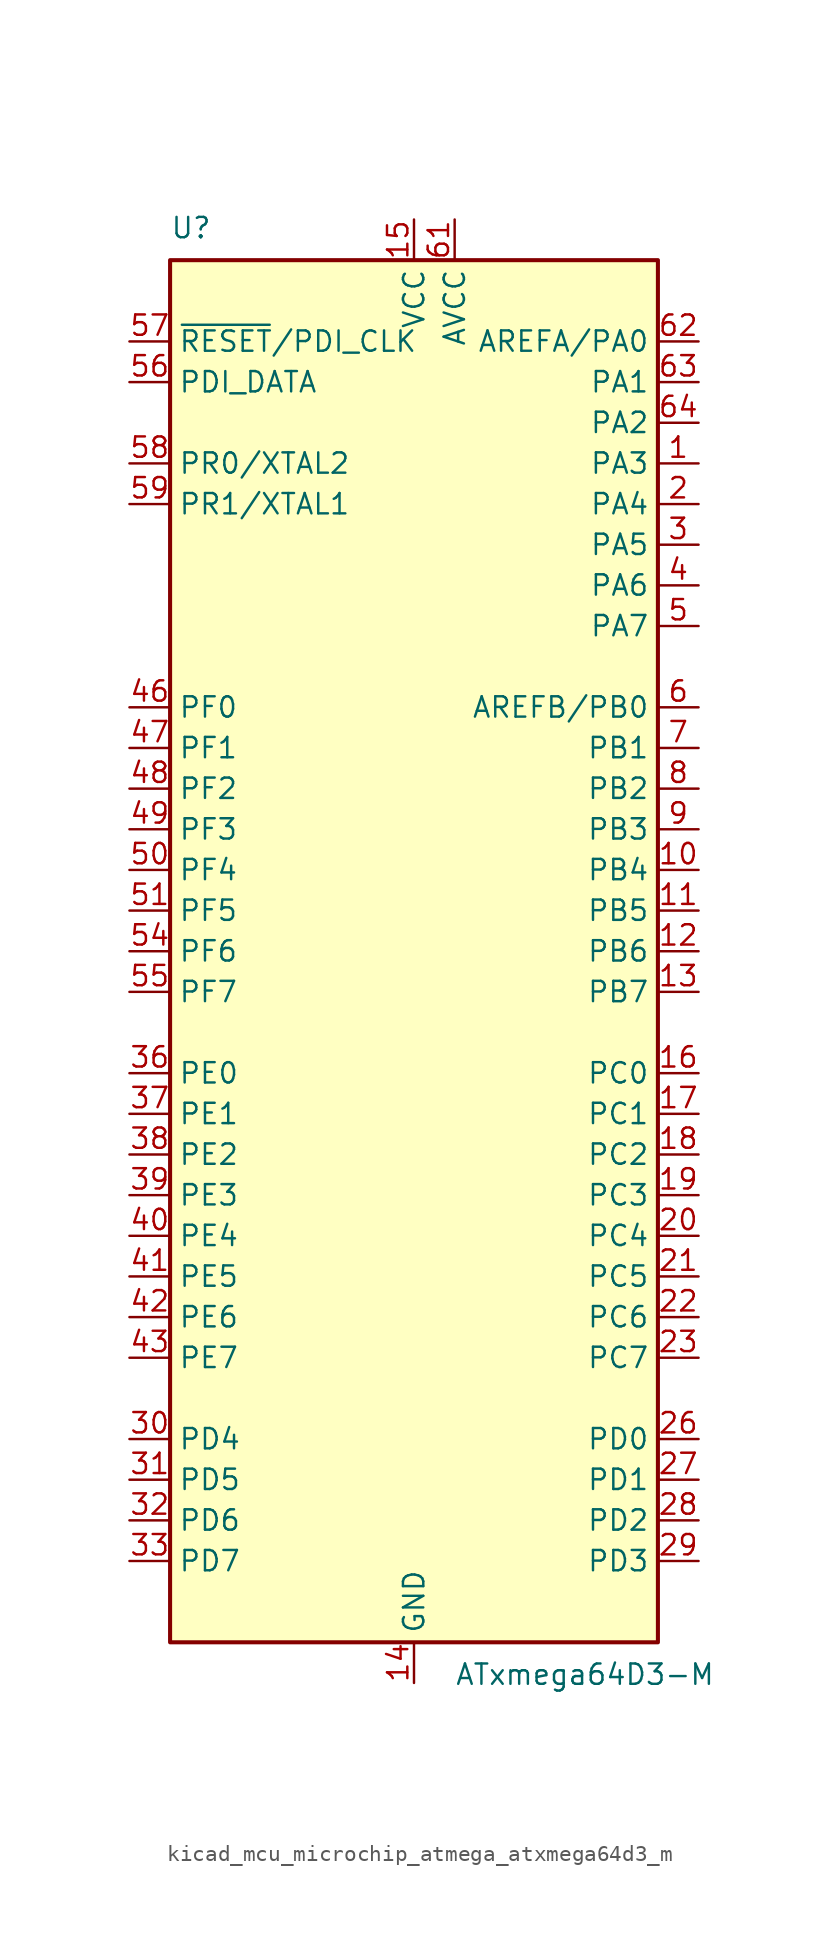
<source format=kicad_sym>
(kicad_symbol_lib
  (version 20220914)
  (generator kicad_symbol_editor)
  (symbol "kicad_mcu_microchip_atmega_atxmega64d3_m"
    (property "Reference" "U"
      (at -15.24 44.45 0)
      (effects (font (size 1.27 1.27)) (justify left bottom)))
    (property "Value" "ATxmega64D3-M"
      (at 2.54 -44.45 0)
      (effects (font (size 1.27 1.27)) (justify left top)))
    (symbol "kicad_mcu_microchip_atmega_atxmega64d3_m_0_1"
      (rectangle (start -15.24 -43.18) (end 15.24 43.18) (stroke (width 0.254) (type default)) (fill (type background))))
    (symbol "kicad_mcu_microchip_atmega_atxmega64d3_m_1_1"
      (pin bidirectional line (at 17.78 30.48 180) (length 2.54) (name "PA3" (effects (font (size 1.27 1.27)))) (number "1" (effects (font (size 1.27 1.27)))))
      (pin bidirectional line (at 17.78 5.08 180) (length 2.54) (name "PB4" (effects (font (size 1.27 1.27)))) (number "10" (effects (font (size 1.27 1.27)))))
      (pin bidirectional line (at 17.78 2.54 180) (length 2.54) (name "PB5" (effects (font (size 1.27 1.27)))) (number "11" (effects (font (size 1.27 1.27)))))
      (pin bidirectional line (at 17.78 0 180) (length 2.54) (name "PB6" (effects (font (size 1.27 1.27)))) (number "12" (effects (font (size 1.27 1.27)))))
      (pin bidirectional line (at 17.78 -2.54 180) (length 2.54) (name "PB7" (effects (font (size 1.27 1.27)))) (number "13" (effects (font (size 1.27 1.27)))))
      (pin power_in line (at 0 -45.72 90) (length 2.54) (name "GND" (effects (font (size 1.27 1.27)))) (number "14" (effects (font (size 1.27 1.27)))))
      (pin power_in line (at 0 45.72 270) (length 2.54) (name "VCC" (effects (font (size 1.27 1.27)))) (number "15" (effects (font (size 1.27 1.27)))))
      (pin bidirectional line (at 17.78 -7.62 180) (length 2.54) (name "PC0" (effects (font (size 1.27 1.27)))) (number "16" (effects (font (size 1.27 1.27)))))
      (pin bidirectional line (at 17.78 -10.16 180) (length 2.54) (name "PC1" (effects (font (size 1.27 1.27)))) (number "17" (effects (font (size 1.27 1.27)))))
      (pin bidirectional line (at 17.78 -12.7 180) (length 2.54) (name "PC2" (effects (font (size 1.27 1.27)))) (number "18" (effects (font (size 1.27 1.27)))))
      (pin bidirectional line (at 17.78 -15.24 180) (length 2.54) (name "PC3" (effects (font (size 1.27 1.27)))) (number "19" (effects (font (size 1.27 1.27)))))
      (pin bidirectional line (at 17.78 27.94 180) (length 2.54) (name "PA4" (effects (font (size 1.27 1.27)))) (number "2" (effects (font (size 1.27 1.27)))))
      (pin bidirectional line (at 17.78 -17.78 180) (length 2.54) (name "PC4" (effects (font (size 1.27 1.27)))) (number "20" (effects (font (size 1.27 1.27)))))
      (pin bidirectional line (at 17.78 -20.32 180) (length 2.54) (name "PC5" (effects (font (size 1.27 1.27)))) (number "21" (effects (font (size 1.27 1.27)))))
      (pin bidirectional line (at 17.78 -22.86 180) (length 2.54) (name "PC6" (effects (font (size 1.27 1.27)))) (number "22" (effects (font (size 1.27 1.27)))))
      (pin bidirectional line (at 17.78 -25.4 180) (length 2.54) (name "PC7" (effects (font (size 1.27 1.27)))) (number "23" (effects (font (size 1.27 1.27)))))
      (pin passive line (at 0 -45.72 90) (length 2.54) hide (name "GND" (effects (font (size 1.27 1.27)))) (number "24" (effects (font (size 1.27 1.27)))))
      (pin passive line (at 0 45.72 270) (length 2.54) hide (name "VCC" (effects (font (size 1.27 1.27)))) (number "25" (effects (font (size 1.27 1.27)))))
      (pin bidirectional line (at 17.78 -30.48 180) (length 2.54) (name "PD0" (effects (font (size 1.27 1.27)))) (number "26" (effects (font (size 1.27 1.27)))))
      (pin bidirectional line (at 17.78 -33.02 180) (length 2.54) (name "PD1" (effects (font (size 1.27 1.27)))) (number "27" (effects (font (size 1.27 1.27)))))
      (pin bidirectional line (at 17.78 -35.56 180) (length 2.54) (name "PD2" (effects (font (size 1.27 1.27)))) (number "28" (effects (font (size 1.27 1.27)))))
      (pin bidirectional line (at 17.78 -38.1 180) (length 2.54) (name "PD3" (effects (font (size 1.27 1.27)))) (number "29" (effects (font (size 1.27 1.27)))))
      (pin bidirectional line (at 17.78 25.4 180) (length 2.54) (name "PA5" (effects (font (size 1.27 1.27)))) (number "3" (effects (font (size 1.27 1.27)))))
      (pin bidirectional line (at -17.78 -30.48 0) (length 2.54) (name "PD4" (effects (font (size 1.27 1.27)))) (number "30" (effects (font (size 1.27 1.27)))))
      (pin bidirectional line (at -17.78 -33.02 0) (length 2.54) (name "PD5" (effects (font (size 1.27 1.27)))) (number "31" (effects (font (size 1.27 1.27)))))
      (pin bidirectional line (at -17.78 -35.56 0) (length 2.54) (name "PD6" (effects (font (size 1.27 1.27)))) (number "32" (effects (font (size 1.27 1.27)))))
      (pin bidirectional line (at -17.78 -38.1 0) (length 2.54) (name "PD7" (effects (font (size 1.27 1.27)))) (number "33" (effects (font (size 1.27 1.27)))))
      (pin passive line (at 0 -45.72 90) (length 2.54) hide (name "GND" (effects (font (size 1.27 1.27)))) (number "34" (effects (font (size 1.27 1.27)))))
      (pin passive line (at 0 45.72 270) (length 2.54) hide (name "VCC" (effects (font (size 1.27 1.27)))) (number "35" (effects (font (size 1.27 1.27)))))
      (pin bidirectional line (at -17.78 -7.62 0) (length 2.54) (name "PE0" (effects (font (size 1.27 1.27)))) (number "36" (effects (font (size 1.27 1.27)))))
      (pin bidirectional line (at -17.78 -10.16 0) (length 2.54) (name "PE1" (effects (font (size 1.27 1.27)))) (number "37" (effects (font (size 1.27 1.27)))))
      (pin bidirectional line (at -17.78 -12.7 0) (length 2.54) (name "PE2" (effects (font (size 1.27 1.27)))) (number "38" (effects (font (size 1.27 1.27)))))
      (pin bidirectional line (at -17.78 -15.24 0) (length 2.54) (name "PE3" (effects (font (size 1.27 1.27)))) (number "39" (effects (font (size 1.27 1.27)))))
      (pin bidirectional line (at 17.78 22.86 180) (length 2.54) (name "PA6" (effects (font (size 1.27 1.27)))) (number "4" (effects (font (size 1.27 1.27)))))
      (pin bidirectional line (at -17.78 -17.78 0) (length 2.54) (name "PE4" (effects (font (size 1.27 1.27)))) (number "40" (effects (font (size 1.27 1.27)))))
      (pin bidirectional line (at -17.78 -20.32 0) (length 2.54) (name "PE5" (effects (font (size 1.27 1.27)))) (number "41" (effects (font (size 1.27 1.27)))))
      (pin bidirectional line (at -17.78 -22.86 0) (length 2.54) (name "PE6" (effects (font (size 1.27 1.27)))) (number "42" (effects (font (size 1.27 1.27)))))
      (pin bidirectional line (at -17.78 -25.4 0) (length 2.54) (name "PE7" (effects (font (size 1.27 1.27)))) (number "43" (effects (font (size 1.27 1.27)))))
      (pin passive line (at 0 -45.72 90) (length 2.54) hide (name "GND" (effects (font (size 1.27 1.27)))) (number "44" (effects (font (size 1.27 1.27)))))
      (pin passive line (at 0 45.72 270) (length 2.54) hide (name "VCC" (effects (font (size 1.27 1.27)))) (number "45" (effects (font (size 1.27 1.27)))))
      (pin bidirectional line (at -17.78 15.24 0) (length 2.54) (name "PF0" (effects (font (size 1.27 1.27)))) (number "46" (effects (font (size 1.27 1.27)))))
      (pin bidirectional line (at -17.78 12.7 0) (length 2.54) (name "PF1" (effects (font (size 1.27 1.27)))) (number "47" (effects (font (size 1.27 1.27)))))
      (pin bidirectional line (at -17.78 10.16 0) (length 2.54) (name "PF2" (effects (font (size 1.27 1.27)))) (number "48" (effects (font (size 1.27 1.27)))))
      (pin bidirectional line (at -17.78 7.62 0) (length 2.54) (name "PF3" (effects (font (size 1.27 1.27)))) (number "49" (effects (font (size 1.27 1.27)))))
      (pin bidirectional line (at 17.78 20.32 180) (length 2.54) (name "PA7" (effects (font (size 1.27 1.27)))) (number "5" (effects (font (size 1.27 1.27)))))
      (pin bidirectional line (at -17.78 5.08 0) (length 2.54) (name "PF4" (effects (font (size 1.27 1.27)))) (number "50" (effects (font (size 1.27 1.27)))))
      (pin bidirectional line (at -17.78 2.54 0) (length 2.54) (name "PF5" (effects (font (size 1.27 1.27)))) (number "51" (effects (font (size 1.27 1.27)))))
      (pin passive line (at 0 -45.72 90) (length 2.54) hide (name "GND" (effects (font (size 1.27 1.27)))) (number "52" (effects (font (size 1.27 1.27)))))
      (pin passive line (at 0 45.72 270) (length 2.54) hide (name "VCC" (effects (font (size 1.27 1.27)))) (number "53" (effects (font (size 1.27 1.27)))))
      (pin bidirectional line (at -17.78 0 0) (length 2.54) (name "PF6" (effects (font (size 1.27 1.27)))) (number "54" (effects (font (size 1.27 1.27)))))
      (pin bidirectional line (at -17.78 -2.54 0) (length 2.54) (name "PF7" (effects (font (size 1.27 1.27)))) (number "55" (effects (font (size 1.27 1.27)))))
      (pin bidirectional line (at -17.78 35.56 0) (length 2.54) (name "PDI_DATA" (effects (font (size 1.27 1.27)))) (number "56" (effects (font (size 1.27 1.27)))))
      (pin input line (at -17.78 38.1 0) (length 2.54) (name "~{RESET}/PDI_CLK" (effects (font (size 1.27 1.27)))) (number "57" (effects (font (size 1.27 1.27)))))
      (pin bidirectional line (at -17.78 30.48 0) (length 2.54) (name "PR0/XTAL2" (effects (font (size 1.27 1.27)))) (number "58" (effects (font (size 1.27 1.27)))))
      (pin bidirectional line (at -17.78 27.94 0) (length 2.54) (name "PR1/XTAL1" (effects (font (size 1.27 1.27)))) (number "59" (effects (font (size 1.27 1.27)))))
      (pin bidirectional line (at 17.78 15.24 180) (length 2.54) (name "AREFB/PB0" (effects (font (size 1.27 1.27)))) (number "6" (effects (font (size 1.27 1.27)))))
      (pin passive line (at 0 -45.72 90) (length 2.54) hide (name "GND" (effects (font (size 1.27 1.27)))) (number "60" (effects (font (size 1.27 1.27)))))
      (pin power_in line (at 2.54 45.72 270) (length 2.54) (name "AVCC" (effects (font (size 1.27 1.27)))) (number "61" (effects (font (size 1.27 1.27)))))
      (pin bidirectional line (at 17.78 38.1 180) (length 2.54) (name "AREFA/PA0" (effects (font (size 1.27 1.27)))) (number "62" (effects (font (size 1.27 1.27)))))
      (pin bidirectional line (at 17.78 35.56 180) (length 2.54) (name "PA1" (effects (font (size 1.27 1.27)))) (number "63" (effects (font (size 1.27 1.27)))))
      (pin bidirectional line (at 17.78 33.02 180) (length 2.54) (name "PA2" (effects (font (size 1.27 1.27)))) (number "64" (effects (font (size 1.27 1.27)))))
      (pin passive line (at 0 -45.72 90) (length 2.54) hide (name "GND" (effects (font (size 1.27 1.27)))) (number "65" (effects (font (size 1.27 1.27)))))
      (pin bidirectional line (at 17.78 12.7 180) (length 2.54) (name "PB1" (effects (font (size 1.27 1.27)))) (number "7" (effects (font (size 1.27 1.27)))))
      (pin bidirectional line (at 17.78 10.16 180) (length 2.54) (name "PB2" (effects (font (size 1.27 1.27)))) (number "8" (effects (font (size 1.27 1.27)))))
      (pin bidirectional line (at 17.78 7.62 180) (length 2.54) (name "PB3" (effects (font (size 1.27 1.27)))) (number "9" (effects (font (size 1.27 1.27))))))))
</source>
